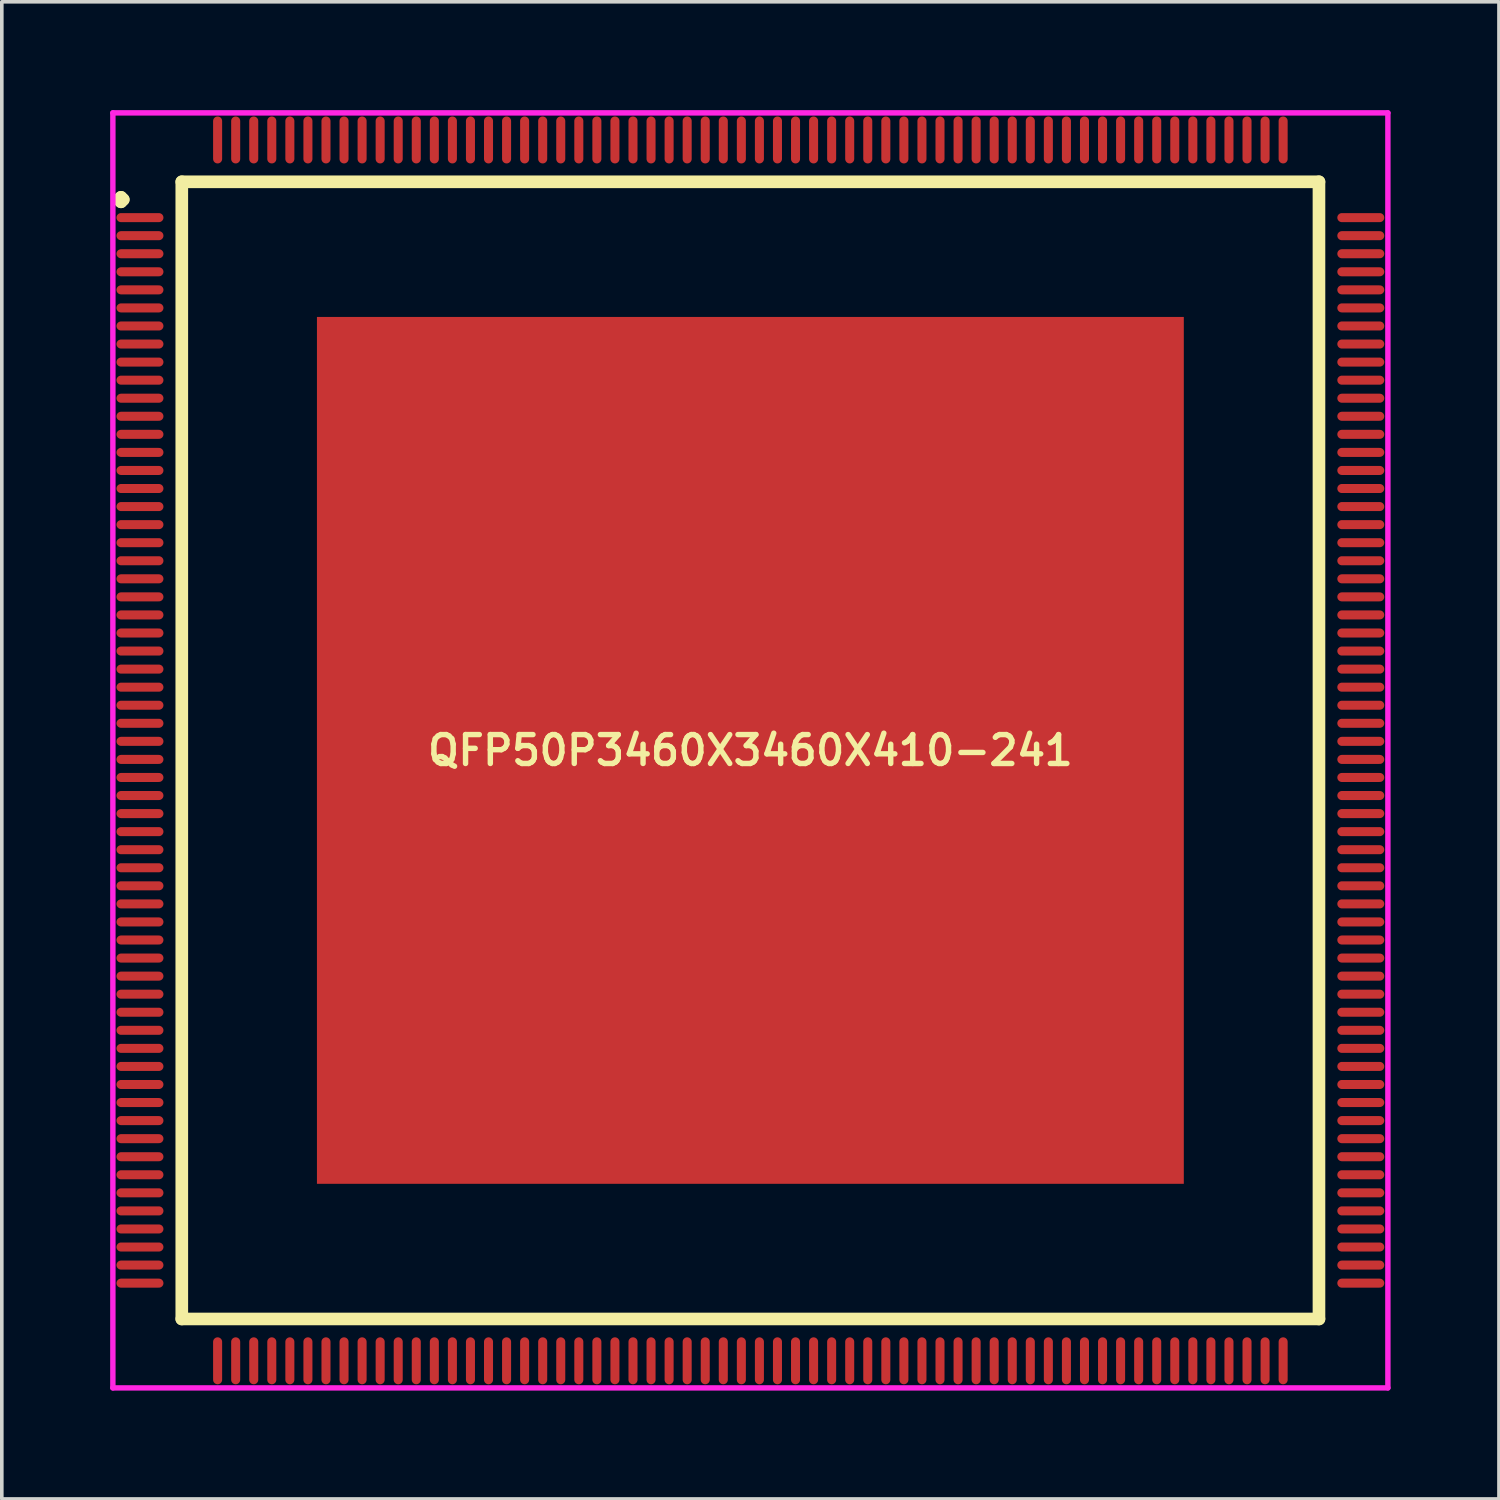
<source format=kicad_pcb>
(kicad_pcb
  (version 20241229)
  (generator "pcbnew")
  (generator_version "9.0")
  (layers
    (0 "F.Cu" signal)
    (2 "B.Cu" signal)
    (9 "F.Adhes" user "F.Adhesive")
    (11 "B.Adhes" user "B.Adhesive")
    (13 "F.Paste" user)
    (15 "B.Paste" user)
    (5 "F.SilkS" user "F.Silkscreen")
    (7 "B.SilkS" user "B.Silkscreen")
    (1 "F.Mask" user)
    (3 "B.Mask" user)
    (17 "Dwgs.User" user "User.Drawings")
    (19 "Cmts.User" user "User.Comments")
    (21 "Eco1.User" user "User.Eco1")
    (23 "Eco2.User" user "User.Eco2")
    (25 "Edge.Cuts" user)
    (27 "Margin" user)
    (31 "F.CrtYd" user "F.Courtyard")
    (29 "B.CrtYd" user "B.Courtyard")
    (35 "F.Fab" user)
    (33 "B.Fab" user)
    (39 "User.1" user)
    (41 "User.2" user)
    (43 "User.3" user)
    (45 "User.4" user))
  (footprint "QFP50P3460X3460X410-241"
    (layer "F.Cu")
    (at 17.725 17.725)
    (property "Reference" "QFP50P3460X3460X410-241" (at 0 0 0) (layer "F.SilkS") (effects (font (size 0.8 0.8) (thickness 0.15))))
    (attr smd)
    (fp_line (start -17.488 -15.25) (end -17.425 -15.312) (stroke (width 0.35) (type solid)) (layer "F.SilkS"))
    (fp_line (start -17.425 -15.312) (end -17.363 -15.25) (stroke (width 0.35) (type solid)) (layer "F.SilkS"))
    (fp_line (start -17.425 -15.188) (end -17.488 -15.25) (stroke (width 0.35) (type solid)) (layer "F.SilkS"))
    (fp_line (start -17.363 -15.25) (end -17.425 -15.188) (stroke (width 0.35) (type solid)) (layer "F.SilkS"))
    (fp_line (start -15.742 -15.742) (end -15.742 15.742) (stroke (width 0.35) (type solid)) (layer "F.SilkS"))
    (fp_line (start -15.742 15.742) (end 15.742 15.742) (stroke (width 0.35) (type solid)) (layer "F.SilkS"))
    (fp_line (start 15.742 -15.742) (end -15.742 -15.742) (stroke (width 0.35) (type solid)) (layer "F.SilkS"))
    (fp_line (start 15.742 15.742) (end 15.742 -15.742) (stroke (width 0.35) (type solid)) (layer "F.SilkS"))
    (fp_line (start -17.65 -17.65) (end 17.65 -17.65) (stroke (width 0.15) (type solid)) (layer "F.CrtYd"))
    (fp_line (start -17.65 17.65) (end -17.65 -17.65) (stroke (width 0.15) (type solid)) (layer "F.CrtYd"))
    (fp_line (start 17.65 -17.65) (end 17.65 17.65) (stroke (width 0.15) (type solid)) (layer "F.CrtYd"))
    (fp_line (start 17.65 17.65) (end -17.65 17.65) (stroke (width 0.15) (type solid)) (layer "F.CrtYd"))
    (pad "1" smd oval (at -16.9 -14.75) (size 1.3 0.25) (layers "F.Cu" "F.Mask" "F.Paste"))
    (pad "2" smd oval (at -16.9 -14.25) (size 1.3 0.25) (layers "F.Cu" "F.Mask" "F.Paste"))
    (pad "3" smd oval (at -16.9 -13.75) (size 1.3 0.25) (layers "F.Cu" "F.Mask" "F.Paste"))
    (pad "4" smd oval (at -16.9 -13.25) (size 1.3 0.25) (layers "F.Cu" "F.Mask" "F.Paste"))
    (pad "5" smd oval (at -16.9 -12.75) (size 1.3 0.25) (layers "F.Cu" "F.Mask" "F.Paste"))
    (pad "6" smd oval (at -16.9 -12.25) (size 1.3 0.25) (layers "F.Cu" "F.Mask" "F.Paste"))
    (pad "7" smd oval (at -16.9 -11.75) (size 1.3 0.25) (layers "F.Cu" "F.Mask" "F.Paste"))
    (pad "8" smd oval (at -16.9 -11.25) (size 1.3 0.25) (layers "F.Cu" "F.Mask" "F.Paste"))
    (pad "9" smd oval (at -16.9 -10.75) (size 1.3 0.25) (layers "F.Cu" "F.Mask" "F.Paste"))
    (pad "10" smd oval (at -16.9 -10.25) (size 1.3 0.25) (layers "F.Cu" "F.Mask" "F.Paste"))
    (pad "11" smd oval (at -16.9 -9.75) (size 1.3 0.25) (layers "F.Cu" "F.Mask" "F.Paste"))
    (pad "12" smd oval (at -16.9 -9.25) (size 1.3 0.25) (layers "F.Cu" "F.Mask" "F.Paste"))
    (pad "13" smd oval (at -16.9 -8.75) (size 1.3 0.25) (layers "F.Cu" "F.Mask" "F.Paste"))
    (pad "14" smd oval (at -16.9 -8.25) (size 1.3 0.25) (layers "F.Cu" "F.Mask" "F.Paste"))
    (pad "15" smd oval (at -16.9 -7.75) (size 1.3 0.25) (layers "F.Cu" "F.Mask" "F.Paste"))
    (pad "16" smd oval (at -16.9 -7.25) (size 1.3 0.25) (layers "F.Cu" "F.Mask" "F.Paste"))
    (pad "17" smd oval (at -16.9 -6.75) (size 1.3 0.25) (layers "F.Cu" "F.Mask" "F.Paste"))
    (pad "18" smd oval (at -16.9 -6.25) (size 1.3 0.25) (layers "F.Cu" "F.Mask" "F.Paste"))
    (pad "19" smd oval (at -16.9 -5.75) (size 1.3 0.25) (layers "F.Cu" "F.Mask" "F.Paste"))
    (pad "20" smd oval (at -16.9 -5.25) (size 1.3 0.25) (layers "F.Cu" "F.Mask" "F.Paste"))
    (pad "21" smd oval (at -16.9 -4.75) (size 1.3 0.25) (layers "F.Cu" "F.Mask" "F.Paste"))
    (pad "22" smd oval (at -16.9 -4.25) (size 1.3 0.25) (layers "F.Cu" "F.Mask" "F.Paste"))
    (pad "23" smd oval (at -16.9 -3.75) (size 1.3 0.25) (layers "F.Cu" "F.Mask" "F.Paste"))
    (pad "24" smd oval (at -16.9 -3.25) (size 1.3 0.25) (layers "F.Cu" "F.Mask" "F.Paste"))
    (pad "25" smd oval (at -16.9 -2.75) (size 1.3 0.25) (layers "F.Cu" "F.Mask" "F.Paste"))
    (pad "26" smd oval (at -16.9 -2.25) (size 1.3 0.25) (layers "F.Cu" "F.Mask" "F.Paste"))
    (pad "27" smd oval (at -16.9 -1.75) (size 1.3 0.25) (layers "F.Cu" "F.Mask" "F.Paste"))
    (pad "28" smd oval (at -16.9 -1.25) (size 1.3 0.25) (layers "F.Cu" "F.Mask" "F.Paste"))
    (pad "29" smd oval (at -16.9 -0.75) (size 1.3 0.25) (layers "F.Cu" "F.Mask" "F.Paste"))
    (pad "30" smd oval (at -16.9 -0.25) (size 1.3 0.25) (layers "F.Cu" "F.Mask" "F.Paste"))
    (pad "31" smd oval (at -16.9 0.25) (size 1.3 0.25) (layers "F.Cu" "F.Mask" "F.Paste"))
    (pad "32" smd oval (at -16.9 0.75) (size 1.3 0.25) (layers "F.Cu" "F.Mask" "F.Paste"))
    (pad "33" smd oval (at -16.9 1.25) (size 1.3 0.25) (layers "F.Cu" "F.Mask" "F.Paste"))
    (pad "34" smd oval (at -16.9 1.75) (size 1.3 0.25) (layers "F.Cu" "F.Mask" "F.Paste"))
    (pad "35" smd oval (at -16.9 2.25) (size 1.3 0.25) (layers "F.Cu" "F.Mask" "F.Paste"))
    (pad "36" smd oval (at -16.9 2.75) (size 1.3 0.25) (layers "F.Cu" "F.Mask" "F.Paste"))
    (pad "37" smd oval (at -16.9 3.25) (size 1.3 0.25) (layers "F.Cu" "F.Mask" "F.Paste"))
    (pad "38" smd oval (at -16.9 3.75) (size 1.3 0.25) (layers "F.Cu" "F.Mask" "F.Paste"))
    (pad "39" smd oval (at -16.9 4.25) (size 1.3 0.25) (layers "F.Cu" "F.Mask" "F.Paste"))
    (pad "40" smd oval (at -16.9 4.75) (size 1.3 0.25) (layers "F.Cu" "F.Mask" "F.Paste"))
    (pad "41" smd oval (at -16.9 5.25) (size 1.3 0.25) (layers "F.Cu" "F.Mask" "F.Paste"))
    (pad "42" smd oval (at -16.9 5.75) (size 1.3 0.25) (layers "F.Cu" "F.Mask" "F.Paste"))
    (pad "43" smd oval (at -16.9 6.25) (size 1.3 0.25) (layers "F.Cu" "F.Mask" "F.Paste"))
    (pad "44" smd oval (at -16.9 6.75) (size 1.3 0.25) (layers "F.Cu" "F.Mask" "F.Paste"))
    (pad "45" smd oval (at -16.9 7.25) (size 1.3 0.25) (layers "F.Cu" "F.Mask" "F.Paste"))
    (pad "46" smd oval (at -16.9 7.75) (size 1.3 0.25) (layers "F.Cu" "F.Mask" "F.Paste"))
    (pad "47" smd oval (at -16.9 8.25) (size 1.3 0.25) (layers "F.Cu" "F.Mask" "F.Paste"))
    (pad "48" smd oval (at -16.9 8.75) (size 1.3 0.25) (layers "F.Cu" "F.Mask" "F.Paste"))
    (pad "49" smd oval (at -16.9 9.25) (size 1.3 0.25) (layers "F.Cu" "F.Mask" "F.Paste"))
    (pad "50" smd oval (at -16.9 9.75) (size 1.3 0.25) (layers "F.Cu" "F.Mask" "F.Paste"))
    (pad "51" smd oval (at -16.9 10.25) (size 1.3 0.25) (layers "F.Cu" "F.Mask" "F.Paste"))
    (pad "52" smd oval (at -16.9 10.75) (size 1.3 0.25) (layers "F.Cu" "F.Mask" "F.Paste"))
    (pad "53" smd oval (at -16.9 11.25) (size 1.3 0.25) (layers "F.Cu" "F.Mask" "F.Paste"))
    (pad "54" smd oval (at -16.9 11.75) (size 1.3 0.25) (layers "F.Cu" "F.Mask" "F.Paste"))
    (pad "55" smd oval (at -16.9 12.25) (size 1.3 0.25) (layers "F.Cu" "F.Mask" "F.Paste"))
    (pad "56" smd oval (at -16.9 12.75) (size 1.3 0.25) (layers "F.Cu" "F.Mask" "F.Paste"))
    (pad "57" smd oval (at -16.9 13.25) (size 1.3 0.25) (layers "F.Cu" "F.Mask" "F.Paste"))
    (pad "58" smd oval (at -16.9 13.75) (size 1.3 0.25) (layers "F.Cu" "F.Mask" "F.Paste"))
    (pad "59" smd oval (at -16.9 14.25) (size 1.3 0.25) (layers "F.Cu" "F.Mask" "F.Paste"))
    (pad "60" smd oval (at -16.9 14.75) (size 1.3 0.25) (layers "F.Cu" "F.Mask" "F.Paste"))
    (pad "61" smd oval (at -14.75 16.9) (size 0.25 1.3) (layers "F.Cu" "F.Mask" "F.Paste"))
    (pad "62" smd oval (at -14.25 16.9) (size 0.25 1.3) (layers "F.Cu" "F.Mask" "F.Paste"))
    (pad "63" smd oval (at -13.75 16.9) (size 0.25 1.3) (layers "F.Cu" "F.Mask" "F.Paste"))
    (pad "64" smd oval (at -13.25 16.9) (size 0.25 1.3) (layers "F.Cu" "F.Mask" "F.Paste"))
    (pad "65" smd oval (at -12.75 16.9) (size 0.25 1.3) (layers "F.Cu" "F.Mask" "F.Paste"))
    (pad "66" smd oval (at -12.25 16.9) (size 0.25 1.3) (layers "F.Cu" "F.Mask" "F.Paste"))
    (pad "67" smd oval (at -11.75 16.9) (size 0.25 1.3) (layers "F.Cu" "F.Mask" "F.Paste"))
    (pad "68" smd oval (at -11.25 16.9) (size 0.25 1.3) (layers "F.Cu" "F.Mask" "F.Paste"))
    (pad "69" smd oval (at -10.75 16.9) (size 0.25 1.3) (layers "F.Cu" "F.Mask" "F.Paste"))
    (pad "70" smd oval (at -10.25 16.9) (size 0.25 1.3) (layers "F.Cu" "F.Mask" "F.Paste"))
    (pad "71" smd oval (at -9.75 16.9) (size 0.25 1.3) (layers "F.Cu" "F.Mask" "F.Paste"))
    (pad "72" smd oval (at -9.25 16.9) (size 0.25 1.3) (layers "F.Cu" "F.Mask" "F.Paste"))
    (pad "73" smd oval (at -8.75 16.9) (size 0.25 1.3) (layers "F.Cu" "F.Mask" "F.Paste"))
    (pad "74" smd oval (at -8.25 16.9) (size 0.25 1.3) (layers "F.Cu" "F.Mask" "F.Paste"))
    (pad "75" smd oval (at -7.75 16.9) (size 0.25 1.3) (layers "F.Cu" "F.Mask" "F.Paste"))
    (pad "76" smd oval (at -7.25 16.9) (size 0.25 1.3) (layers "F.Cu" "F.Mask" "F.Paste"))
    (pad "77" smd oval (at -6.75 16.9) (size 0.25 1.3) (layers "F.Cu" "F.Mask" "F.Paste"))
    (pad "78" smd oval (at -6.25 16.9) (size 0.25 1.3) (layers "F.Cu" "F.Mask" "F.Paste"))
    (pad "79" smd oval (at -5.75 16.9) (size 0.25 1.3) (layers "F.Cu" "F.Mask" "F.Paste"))
    (pad "80" smd oval (at -5.25 16.9) (size 0.25 1.3) (layers "F.Cu" "F.Mask" "F.Paste"))
    (pad "81" smd oval (at -4.75 16.9) (size 0.25 1.3) (layers "F.Cu" "F.Mask" "F.Paste"))
    (pad "82" smd oval (at -4.25 16.9) (size 0.25 1.3) (layers "F.Cu" "F.Mask" "F.Paste"))
    (pad "83" smd oval (at -3.75 16.9) (size 0.25 1.3) (layers "F.Cu" "F.Mask" "F.Paste"))
    (pad "84" smd oval (at -3.25 16.9) (size 0.25 1.3) (layers "F.Cu" "F.Mask" "F.Paste"))
    (pad "85" smd oval (at -2.75 16.9) (size 0.25 1.3) (layers "F.Cu" "F.Mask" "F.Paste"))
    (pad "86" smd oval (at -2.25 16.9) (size 0.25 1.3) (layers "F.Cu" "F.Mask" "F.Paste"))
    (pad "87" smd oval (at -1.75 16.9) (size 0.25 1.3) (layers "F.Cu" "F.Mask" "F.Paste"))
    (pad "88" smd oval (at -1.25 16.9) (size 0.25 1.3) (layers "F.Cu" "F.Mask" "F.Paste"))
    (pad "89" smd oval (at -0.75 16.9) (size 0.25 1.3) (layers "F.Cu" "F.Mask" "F.Paste"))
    (pad "90" smd oval (at -0.25 16.9) (size 0.25 1.3) (layers "F.Cu" "F.Mask" "F.Paste"))
    (pad "91" smd oval (at 0.25 16.9) (size 0.25 1.3) (layers "F.Cu" "F.Mask" "F.Paste"))
    (pad "92" smd oval (at 0.75 16.9) (size 0.25 1.3) (layers "F.Cu" "F.Mask" "F.Paste"))
    (pad "93" smd oval (at 1.25 16.9) (size 0.25 1.3) (layers "F.Cu" "F.Mask" "F.Paste"))
    (pad "94" smd oval (at 1.75 16.9) (size 0.25 1.3) (layers "F.Cu" "F.Mask" "F.Paste"))
    (pad "95" smd oval (at 2.25 16.9) (size 0.25 1.3) (layers "F.Cu" "F.Mask" "F.Paste"))
    (pad "96" smd oval (at 2.75 16.9) (size 0.25 1.3) (layers "F.Cu" "F.Mask" "F.Paste"))
    (pad "97" smd oval (at 3.25 16.9) (size 0.25 1.3) (layers "F.Cu" "F.Mask" "F.Paste"))
    (pad "98" smd oval (at 3.75 16.9) (size 0.25 1.3) (layers "F.Cu" "F.Mask" "F.Paste"))
    (pad "99" smd oval (at 4.25 16.9) (size 0.25 1.3) (layers "F.Cu" "F.Mask" "F.Paste"))
    (pad "100" smd oval (at 4.75 16.9) (size 0.25 1.3) (layers "F.Cu" "F.Mask" "F.Paste"))
    (pad "101" smd oval (at 5.25 16.9) (size 0.25 1.3) (layers "F.Cu" "F.Mask" "F.Paste"))
    (pad "102" smd oval (at 5.75 16.9) (size 0.25 1.3) (layers "F.Cu" "F.Mask" "F.Paste"))
    (pad "103" smd oval (at 6.25 16.9) (size 0.25 1.3) (layers "F.Cu" "F.Mask" "F.Paste"))
    (pad "104" smd oval (at 6.75 16.9) (size 0.25 1.3) (layers "F.Cu" "F.Mask" "F.Paste"))
    (pad "105" smd oval (at 7.25 16.9) (size 0.25 1.3) (layers "F.Cu" "F.Mask" "F.Paste"))
    (pad "106" smd oval (at 7.75 16.9) (size 0.25 1.3) (layers "F.Cu" "F.Mask" "F.Paste"))
    (pad "107" smd oval (at 8.25 16.9) (size 0.25 1.3) (layers "F.Cu" "F.Mask" "F.Paste"))
    (pad "108" smd oval (at 8.75 16.9) (size 0.25 1.3) (layers "F.Cu" "F.Mask" "F.Paste"))
    (pad "109" smd oval (at 9.25 16.9) (size 0.25 1.3) (layers "F.Cu" "F.Mask" "F.Paste"))
    (pad "110" smd oval (at 9.75 16.9) (size 0.25 1.3) (layers "F.Cu" "F.Mask" "F.Paste"))
    (pad "111" smd oval (at 10.25 16.9) (size 0.25 1.3) (layers "F.Cu" "F.Mask" "F.Paste"))
    (pad "112" smd oval (at 10.75 16.9) (size 0.25 1.3) (layers "F.Cu" "F.Mask" "F.Paste"))
    (pad "113" smd oval (at 11.25 16.9) (size 0.25 1.3) (layers "F.Cu" "F.Mask" "F.Paste"))
    (pad "114" smd oval (at 11.75 16.9) (size 0.25 1.3) (layers "F.Cu" "F.Mask" "F.Paste"))
    (pad "115" smd oval (at 12.25 16.9) (size 0.25 1.3) (layers "F.Cu" "F.Mask" "F.Paste"))
    (pad "116" smd oval (at 12.75 16.9) (size 0.25 1.3) (layers "F.Cu" "F.Mask" "F.Paste"))
    (pad "117" smd oval (at 13.25 16.9) (size 0.25 1.3) (layers "F.Cu" "F.Mask" "F.Paste"))
    (pad "118" smd oval (at 13.75 16.9) (size 0.25 1.3) (layers "F.Cu" "F.Mask" "F.Paste"))
    (pad "119" smd oval (at 14.25 16.9) (size 0.25 1.3) (layers "F.Cu" "F.Mask" "F.Paste"))
    (pad "120" smd oval (at 14.75 16.9) (size 0.25 1.3) (layers "F.Cu" "F.Mask" "F.Paste"))
    (pad "121" smd oval (at 16.9 14.75) (size 1.3 0.25) (layers "F.Cu" "F.Mask" "F.Paste"))
    (pad "122" smd oval (at 16.9 14.25) (size 1.3 0.25) (layers "F.Cu" "F.Mask" "F.Paste"))
    (pad "123" smd oval (at 16.9 13.75) (size 1.3 0.25) (layers "F.Cu" "F.Mask" "F.Paste"))
    (pad "124" smd oval (at 16.9 13.25) (size 1.3 0.25) (layers "F.Cu" "F.Mask" "F.Paste"))
    (pad "125" smd oval (at 16.9 12.75) (size 1.3 0.25) (layers "F.Cu" "F.Mask" "F.Paste"))
    (pad "126" smd oval (at 16.9 12.25) (size 1.3 0.25) (layers "F.Cu" "F.Mask" "F.Paste"))
    (pad "127" smd oval (at 16.9 11.75) (size 1.3 0.25) (layers "F.Cu" "F.Mask" "F.Paste"))
    (pad "128" smd oval (at 16.9 11.25) (size 1.3 0.25) (layers "F.Cu" "F.Mask" "F.Paste"))
    (pad "129" smd oval (at 16.9 10.75) (size 1.3 0.25) (layers "F.Cu" "F.Mask" "F.Paste"))
    (pad "130" smd oval (at 16.9 10.25) (size 1.3 0.25) (layers "F.Cu" "F.Mask" "F.Paste"))
    (pad "131" smd oval (at 16.9 9.75) (size 1.3 0.25) (layers "F.Cu" "F.Mask" "F.Paste"))
    (pad "132" smd oval (at 16.9 9.25) (size 1.3 0.25) (layers "F.Cu" "F.Mask" "F.Paste"))
    (pad "133" smd oval (at 16.9 8.75) (size 1.3 0.25) (layers "F.Cu" "F.Mask" "F.Paste"))
    (pad "134" smd oval (at 16.9 8.25) (size 1.3 0.25) (layers "F.Cu" "F.Mask" "F.Paste"))
    (pad "135" smd oval (at 16.9 7.75) (size 1.3 0.25) (layers "F.Cu" "F.Mask" "F.Paste"))
    (pad "136" smd oval (at 16.9 7.25) (size 1.3 0.25) (layers "F.Cu" "F.Mask" "F.Paste"))
    (pad "137" smd oval (at 16.9 6.75) (size 1.3 0.25) (layers "F.Cu" "F.Mask" "F.Paste"))
    (pad "138" smd oval (at 16.9 6.25) (size 1.3 0.25) (layers "F.Cu" "F.Mask" "F.Paste"))
    (pad "139" smd oval (at 16.9 5.75) (size 1.3 0.25) (layers "F.Cu" "F.Mask" "F.Paste"))
    (pad "140" smd oval (at 16.9 5.25) (size 1.3 0.25) (layers "F.Cu" "F.Mask" "F.Paste"))
    (pad "141" smd oval (at 16.9 4.75) (size 1.3 0.25) (layers "F.Cu" "F.Mask" "F.Paste"))
    (pad "142" smd oval (at 16.9 4.25) (size 1.3 0.25) (layers "F.Cu" "F.Mask" "F.Paste"))
    (pad "143" smd oval (at 16.9 3.75) (size 1.3 0.25) (layers "F.Cu" "F.Mask" "F.Paste"))
    (pad "144" smd oval (at 16.9 3.25) (size 1.3 0.25) (layers "F.Cu" "F.Mask" "F.Paste"))
    (pad "145" smd oval (at 16.9 2.75) (size 1.3 0.25) (layers "F.Cu" "F.Mask" "F.Paste"))
    (pad "146" smd oval (at 16.9 2.25) (size 1.3 0.25) (layers "F.Cu" "F.Mask" "F.Paste"))
    (pad "147" smd oval (at 16.9 1.75) (size 1.3 0.25) (layers "F.Cu" "F.Mask" "F.Paste"))
    (pad "148" smd oval (at 16.9 1.25) (size 1.3 0.25) (layers "F.Cu" "F.Mask" "F.Paste"))
    (pad "149" smd oval (at 16.9 0.75) (size 1.3 0.25) (layers "F.Cu" "F.Mask" "F.Paste"))
    (pad "150" smd oval (at 16.9 0.25) (size 1.3 0.25) (layers "F.Cu" "F.Mask" "F.Paste"))
    (pad "151" smd oval (at 16.9 -0.25) (size 1.3 0.25) (layers "F.Cu" "F.Mask" "F.Paste"))
    (pad "152" smd oval (at 16.9 -0.75) (size 1.3 0.25) (layers "F.Cu" "F.Mask" "F.Paste"))
    (pad "153" smd oval (at 16.9 -1.25) (size 1.3 0.25) (layers "F.Cu" "F.Mask" "F.Paste"))
    (pad "154" smd oval (at 16.9 -1.75) (size 1.3 0.25) (layers "F.Cu" "F.Mask" "F.Paste"))
    (pad "155" smd oval (at 16.9 -2.25) (size 1.3 0.25) (layers "F.Cu" "F.Mask" "F.Paste"))
    (pad "156" smd oval (at 16.9 -2.75) (size 1.3 0.25) (layers "F.Cu" "F.Mask" "F.Paste"))
    (pad "157" smd oval (at 16.9 -3.25) (size 1.3 0.25) (layers "F.Cu" "F.Mask" "F.Paste"))
    (pad "158" smd oval (at 16.9 -3.75) (size 1.3 0.25) (layers "F.Cu" "F.Mask" "F.Paste"))
    (pad "159" smd oval (at 16.9 -4.25) (size 1.3 0.25) (layers "F.Cu" "F.Mask" "F.Paste"))
    (pad "160" smd oval (at 16.9 -4.75) (size 1.3 0.25) (layers "F.Cu" "F.Mask" "F.Paste"))
    (pad "161" smd oval (at 16.9 -5.25) (size 1.3 0.25) (layers "F.Cu" "F.Mask" "F.Paste"))
    (pad "162" smd oval (at 16.9 -5.75) (size 1.3 0.25) (layers "F.Cu" "F.Mask" "F.Paste"))
    (pad "163" smd oval (at 16.9 -6.25) (size 1.3 0.25) (layers "F.Cu" "F.Mask" "F.Paste"))
    (pad "164" smd oval (at 16.9 -6.75) (size 1.3 0.25) (layers "F.Cu" "F.Mask" "F.Paste"))
    (pad "165" smd oval (at 16.9 -7.25) (size 1.3 0.25) (layers "F.Cu" "F.Mask" "F.Paste"))
    (pad "166" smd oval (at 16.9 -7.75) (size 1.3 0.25) (layers "F.Cu" "F.Mask" "F.Paste"))
    (pad "167" smd oval (at 16.9 -8.25) (size 1.3 0.25) (layers "F.Cu" "F.Mask" "F.Paste"))
    (pad "168" smd oval (at 16.9 -8.75) (size 1.3 0.25) (layers "F.Cu" "F.Mask" "F.Paste"))
    (pad "169" smd oval (at 16.9 -9.25) (size 1.3 0.25) (layers "F.Cu" "F.Mask" "F.Paste"))
    (pad "170" smd oval (at 16.9 -9.75) (size 1.3 0.25) (layers "F.Cu" "F.Mask" "F.Paste"))
    (pad "171" smd oval (at 16.9 -10.25) (size 1.3 0.25) (layers "F.Cu" "F.Mask" "F.Paste"))
    (pad "172" smd oval (at 16.9 -10.75) (size 1.3 0.25) (layers "F.Cu" "F.Mask" "F.Paste"))
    (pad "173" smd oval (at 16.9 -11.25) (size 1.3 0.25) (layers "F.Cu" "F.Mask" "F.Paste"))
    (pad "174" smd oval (at 16.9 -11.75) (size 1.3 0.25) (layers "F.Cu" "F.Mask" "F.Paste"))
    (pad "175" smd oval (at 16.9 -12.25) (size 1.3 0.25) (layers "F.Cu" "F.Mask" "F.Paste"))
    (pad "176" smd oval (at 16.9 -12.75) (size 1.3 0.25) (layers "F.Cu" "F.Mask" "F.Paste"))
    (pad "177" smd oval (at 16.9 -13.25) (size 1.3 0.25) (layers "F.Cu" "F.Mask" "F.Paste"))
    (pad "178" smd oval (at 16.9 -13.75) (size 1.3 0.25) (layers "F.Cu" "F.Mask" "F.Paste"))
    (pad "179" smd oval (at 16.9 -14.25) (size 1.3 0.25) (layers "F.Cu" "F.Mask" "F.Paste"))
    (pad "180" smd oval (at 16.9 -14.75) (size 1.3 0.25) (layers "F.Cu" "F.Mask" "F.Paste"))
    (pad "181" smd oval (at 14.75 -16.9) (size 0.25 1.3) (layers "F.Cu" "F.Mask" "F.Paste"))
    (pad "182" smd oval (at 14.25 -16.9) (size 0.25 1.3) (layers "F.Cu" "F.Mask" "F.Paste"))
    (pad "183" smd oval (at 13.75 -16.9) (size 0.25 1.3) (layers "F.Cu" "F.Mask" "F.Paste"))
    (pad "184" smd oval (at 13.25 -16.9) (size 0.25 1.3) (layers "F.Cu" "F.Mask" "F.Paste"))
    (pad "185" smd oval (at 12.75 -16.9) (size 0.25 1.3) (layers "F.Cu" "F.Mask" "F.Paste"))
    (pad "186" smd oval (at 12.25 -16.9) (size 0.25 1.3) (layers "F.Cu" "F.Mask" "F.Paste"))
    (pad "187" smd oval (at 11.75 -16.9) (size 0.25 1.3) (layers "F.Cu" "F.Mask" "F.Paste"))
    (pad "188" smd oval (at 11.25 -16.9) (size 0.25 1.3) (layers "F.Cu" "F.Mask" "F.Paste"))
    (pad "189" smd oval (at 10.75 -16.9) (size 0.25 1.3) (layers "F.Cu" "F.Mask" "F.Paste"))
    (pad "190" smd oval (at 10.25 -16.9) (size 0.25 1.3) (layers "F.Cu" "F.Mask" "F.Paste"))
    (pad "191" smd oval (at 9.75 -16.9) (size 0.25 1.3) (layers "F.Cu" "F.Mask" "F.Paste"))
    (pad "192" smd oval (at 9.25 -16.9) (size 0.25 1.3) (layers "F.Cu" "F.Mask" "F.Paste"))
    (pad "193" smd oval (at 8.75 -16.9) (size 0.25 1.3) (layers "F.Cu" "F.Mask" "F.Paste"))
    (pad "194" smd oval (at 8.25 -16.9) (size 0.25 1.3) (layers "F.Cu" "F.Mask" "F.Paste"))
    (pad "195" smd oval (at 7.75 -16.9) (size 0.25 1.3) (layers "F.Cu" "F.Mask" "F.Paste"))
    (pad "196" smd oval (at 7.25 -16.9) (size 0.25 1.3) (layers "F.Cu" "F.Mask" "F.Paste"))
    (pad "197" smd oval (at 6.75 -16.9) (size 0.25 1.3) (layers "F.Cu" "F.Mask" "F.Paste"))
    (pad "198" smd oval (at 6.25 -16.9) (size 0.25 1.3) (layers "F.Cu" "F.Mask" "F.Paste"))
    (pad "199" smd oval (at 5.75 -16.9) (size 0.25 1.3) (layers "F.Cu" "F.Mask" "F.Paste"))
    (pad "200" smd oval (at 5.25 -16.9) (size 0.25 1.3) (layers "F.Cu" "F.Mask" "F.Paste"))
    (pad "201" smd oval (at 4.75 -16.9) (size 0.25 1.3) (layers "F.Cu" "F.Mask" "F.Paste"))
    (pad "202" smd oval (at 4.25 -16.9) (size 0.25 1.3) (layers "F.Cu" "F.Mask" "F.Paste"))
    (pad "203" smd oval (at 3.75 -16.9) (size 0.25 1.3) (layers "F.Cu" "F.Mask" "F.Paste"))
    (pad "204" smd oval (at 3.25 -16.9) (size 0.25 1.3) (layers "F.Cu" "F.Mask" "F.Paste"))
    (pad "205" smd oval (at 2.75 -16.9) (size 0.25 1.3) (layers "F.Cu" "F.Mask" "F.Paste"))
    (pad "206" smd oval (at 2.25 -16.9) (size 0.25 1.3) (layers "F.Cu" "F.Mask" "F.Paste"))
    (pad "207" smd oval (at 1.75 -16.9) (size 0.25 1.3) (layers "F.Cu" "F.Mask" "F.Paste"))
    (pad "208" smd oval (at 1.25 -16.9) (size 0.25 1.3) (layers "F.Cu" "F.Mask" "F.Paste"))
    (pad "209" smd oval (at 0.75 -16.9) (size 0.25 1.3) (layers "F.Cu" "F.Mask" "F.Paste"))
    (pad "210" smd oval (at 0.25 -16.9) (size 0.25 1.3) (layers "F.Cu" "F.Mask" "F.Paste"))
    (pad "211" smd oval (at -0.25 -16.9) (size 0.25 1.3) (layers "F.Cu" "F.Mask" "F.Paste"))
    (pad "212" smd oval (at -0.75 -16.9) (size 0.25 1.3) (layers "F.Cu" "F.Mask" "F.Paste"))
    (pad "213" smd oval (at -1.25 -16.9) (size 0.25 1.3) (layers "F.Cu" "F.Mask" "F.Paste"))
    (pad "214" smd oval (at -1.75 -16.9) (size 0.25 1.3) (layers "F.Cu" "F.Mask" "F.Paste"))
    (pad "215" smd oval (at -2.25 -16.9) (size 0.25 1.3) (layers "F.Cu" "F.Mask" "F.Paste"))
    (pad "216" smd oval (at -2.75 -16.9) (size 0.25 1.3) (layers "F.Cu" "F.Mask" "F.Paste"))
    (pad "217" smd oval (at -3.25 -16.9) (size 0.25 1.3) (layers "F.Cu" "F.Mask" "F.Paste"))
    (pad "218" smd oval (at -3.75 -16.9) (size 0.25 1.3) (layers "F.Cu" "F.Mask" "F.Paste"))
    (pad "219" smd oval (at -4.25 -16.9) (size 0.25 1.3) (layers "F.Cu" "F.Mask" "F.Paste"))
    (pad "220" smd oval (at -4.75 -16.9) (size 0.25 1.3) (layers "F.Cu" "F.Mask" "F.Paste"))
    (pad "221" smd oval (at -5.25 -16.9) (size 0.25 1.3) (layers "F.Cu" "F.Mask" "F.Paste"))
    (pad "222" smd oval (at -5.75 -16.9) (size 0.25 1.3) (layers "F.Cu" "F.Mask" "F.Paste"))
    (pad "223" smd oval (at -6.25 -16.9) (size 0.25 1.3) (layers "F.Cu" "F.Mask" "F.Paste"))
    (pad "224" smd oval (at -6.75 -16.9) (size 0.25 1.3) (layers "F.Cu" "F.Mask" "F.Paste"))
    (pad "225" smd oval (at -7.25 -16.9) (size 0.25 1.3) (layers "F.Cu" "F.Mask" "F.Paste"))
    (pad "226" smd oval (at -7.75 -16.9) (size 0.25 1.3) (layers "F.Cu" "F.Mask" "F.Paste"))
    (pad "227" smd oval (at -8.25 -16.9) (size 0.25 1.3) (layers "F.Cu" "F.Mask" "F.Paste"))
    (pad "228" smd oval (at -8.75 -16.9) (size 0.25 1.3) (layers "F.Cu" "F.Mask" "F.Paste"))
    (pad "229" smd oval (at -9.25 -16.9) (size 0.25 1.3) (layers "F.Cu" "F.Mask" "F.Paste"))
    (pad "230" smd oval (at -9.75 -16.9) (size 0.25 1.3) (layers "F.Cu" "F.Mask" "F.Paste"))
    (pad "231" smd oval (at -10.25 -16.9) (size 0.25 1.3) (layers "F.Cu" "F.Mask" "F.Paste"))
    (pad "232" smd oval (at -10.75 -16.9) (size 0.25 1.3) (layers "F.Cu" "F.Mask" "F.Paste"))
    (pad "233" smd oval (at -11.25 -16.9) (size 0.25 1.3) (layers "F.Cu" "F.Mask" "F.Paste"))
    (pad "234" smd oval (at -11.75 -16.9) (size 0.25 1.3) (layers "F.Cu" "F.Mask" "F.Paste"))
    (pad "235" smd oval (at -12.25 -16.9) (size 0.25 1.3) (layers "F.Cu" "F.Mask" "F.Paste"))
    (pad "236" smd oval (at -12.75 -16.9) (size 0.25 1.3) (layers "F.Cu" "F.Mask" "F.Paste"))
    (pad "237" smd oval (at -13.25 -16.9) (size 0.25 1.3) (layers "F.Cu" "F.Mask" "F.Paste"))
    (pad "238" smd oval (at -13.75 -16.9) (size 0.25 1.3) (layers "F.Cu" "F.Mask" "F.Paste"))
    (pad "239" smd oval (at -14.25 -16.9) (size 0.25 1.3) (layers "F.Cu" "F.Mask" "F.Paste"))
    (pad "240" smd oval (at -14.75 -16.9) (size 0.25 1.3) (layers "F.Cu" "F.Mask" "F.Paste"))
    (pad "241" smd rect (at 0 0) (size 24 24) (layers "F.Cu" "F.Mask" "F.Paste")))
  (gr_rect
    (start -3 -3)
    (end 38.45 38.45)
    (stroke (width 0.1) (type default))
    (fill no)
    (layer "Edge.Cuts")))
</source>
